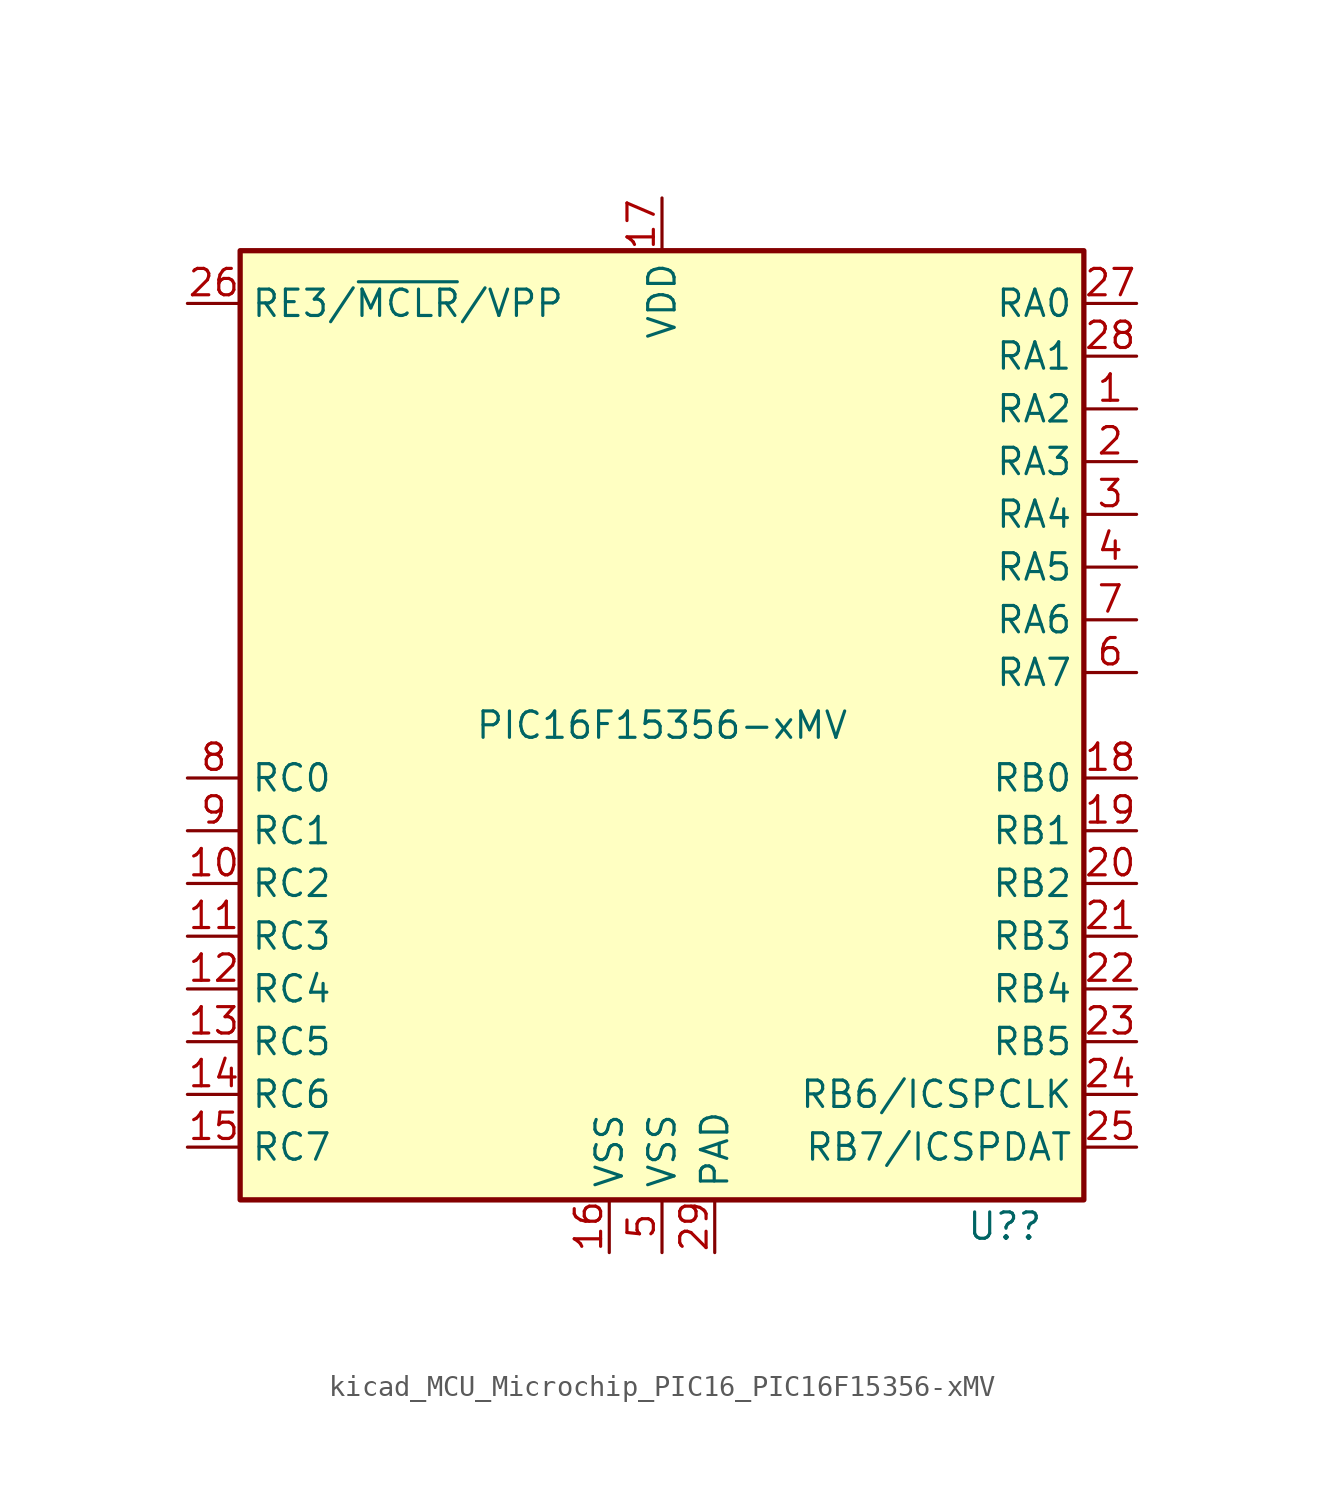
<source format=kicad_sym>
(kicad_symbol_lib
  (version 20220914)
  (generator kicad_symbol_editor)
  (symbol "kicad_MCU_Microchip_PIC16_PIC16F15356-xMV"
    (property "Reference" "U?"
      (at 16.51 -24.13 0)
      (effects (font (size 1.27 1.27))))
    (property "Value" "PIC16F15356-xMV"
      (at 0 0 0)
      (effects (font (size 1.27 1.27))))
    (symbol "kicad_MCU_Microchip_PIC16_PIC16F15356-xMV_0_0"
      (pin power_in line (at 2.54 -25.4 90) (length 2.54) (name "PAD" (effects (font (size 1.27 1.27)))) (number "29" (effects (font (size 1.27 1.27))))))
    (symbol "kicad_MCU_Microchip_PIC16_PIC16F15356-xMV_0_1"
      (rectangle (start -20.32 -22.86) (end 20.32 22.86) (stroke (width 0.254) (type default)) (fill (type background))))
    (symbol "kicad_MCU_Microchip_PIC16_PIC16F15356-xMV_1_1"
      (pin bidirectional line (at 22.86 15.24 180) (length 2.54) (name "RA2" (effects (font (size 1.27 1.27)))) (number "1" (effects (font (size 1.27 1.27)))))
      (pin bidirectional line (at -22.86 -7.62 0) (length 2.54) (name "RC2" (effects (font (size 1.27 1.27)))) (number "10" (effects (font (size 1.27 1.27)))))
      (pin bidirectional line (at -22.86 -10.16 0) (length 2.54) (name "RC3" (effects (font (size 1.27 1.27)))) (number "11" (effects (font (size 1.27 1.27)))))
      (pin bidirectional line (at -22.86 -12.7 0) (length 2.54) (name "RC4" (effects (font (size 1.27 1.27)))) (number "12" (effects (font (size 1.27 1.27)))))
      (pin bidirectional line (at -22.86 -15.24 0) (length 2.54) (name "RC5" (effects (font (size 1.27 1.27)))) (number "13" (effects (font (size 1.27 1.27)))))
      (pin bidirectional line (at -22.86 -17.78 0) (length 2.54) (name "RC6" (effects (font (size 1.27 1.27)))) (number "14" (effects (font (size 1.27 1.27)))))
      (pin bidirectional line (at -22.86 -20.32 0) (length 2.54) (name "RC7" (effects (font (size 1.27 1.27)))) (number "15" (effects (font (size 1.27 1.27)))))
      (pin power_in line (at -2.54 -25.4 90) (length 2.54) (name "VSS" (effects (font (size 1.27 1.27)))) (number "16" (effects (font (size 1.27 1.27)))))
      (pin power_in line (at 0 25.4 270) (length 2.54) (name "VDD" (effects (font (size 1.27 1.27)))) (number "17" (effects (font (size 1.27 1.27)))))
      (pin bidirectional line (at 22.86 -2.54 180) (length 2.54) (name "RB0" (effects (font (size 1.27 1.27)))) (number "18" (effects (font (size 1.27 1.27)))))
      (pin bidirectional line (at 22.86 -5.08 180) (length 2.54) (name "RB1" (effects (font (size 1.27 1.27)))) (number "19" (effects (font (size 1.27 1.27)))))
      (pin bidirectional line (at 22.86 12.7 180) (length 2.54) (name "RA3" (effects (font (size 1.27 1.27)))) (number "2" (effects (font (size 1.27 1.27)))))
      (pin bidirectional line (at 22.86 -7.62 180) (length 2.54) (name "RB2" (effects (font (size 1.27 1.27)))) (number "20" (effects (font (size 1.27 1.27)))))
      (pin bidirectional line (at 22.86 -10.16 180) (length 2.54) (name "RB3" (effects (font (size 1.27 1.27)))) (number "21" (effects (font (size 1.27 1.27)))))
      (pin bidirectional line (at 22.86 -12.7 180) (length 2.54) (name "RB4" (effects (font (size 1.27 1.27)))) (number "22" (effects (font (size 1.27 1.27)))))
      (pin bidirectional line (at 22.86 -15.24 180) (length 2.54) (name "RB5" (effects (font (size 1.27 1.27)))) (number "23" (effects (font (size 1.27 1.27)))))
      (pin bidirectional line (at 22.86 -17.78 180) (length 2.54) (name "RB6/ICSPCLK" (effects (font (size 1.27 1.27)))) (number "24" (effects (font (size 1.27 1.27)))))
      (pin bidirectional line (at 22.86 -20.32 180) (length 2.54) (name "RB7/ICSPDAT" (effects (font (size 1.27 1.27)))) (number "25" (effects (font (size 1.27 1.27)))))
      (pin bidirectional line (at -22.86 20.32 0) (length 2.54) (name "RE3/~{MCLR}/VPP" (effects (font (size 1.27 1.27)))) (number "26" (effects (font (size 1.27 1.27)))))
      (pin bidirectional line (at 22.86 20.32 180) (length 2.54) (name "RA0" (effects (font (size 1.27 1.27)))) (number "27" (effects (font (size 1.27 1.27)))))
      (pin bidirectional line (at 22.86 17.78 180) (length 2.54) (name "RA1" (effects (font (size 1.27 1.27)))) (number "28" (effects (font (size 1.27 1.27)))))
      (pin bidirectional line (at 22.86 10.16 180) (length 2.54) (name "RA4" (effects (font (size 1.27 1.27)))) (number "3" (effects (font (size 1.27 1.27)))))
      (pin bidirectional line (at 22.86 7.62 180) (length 2.54) (name "RA5" (effects (font (size 1.27 1.27)))) (number "4" (effects (font (size 1.27 1.27)))))
      (pin power_in line (at 0 -25.4 90) (length 2.54) (name "VSS" (effects (font (size 1.27 1.27)))) (number "5" (effects (font (size 1.27 1.27)))))
      (pin bidirectional line (at 22.86 2.54 180) (length 2.54) (name "RA7" (effects (font (size 1.27 1.27)))) (number "6" (effects (font (size 1.27 1.27)))))
      (pin bidirectional line (at 22.86 5.08 180) (length 2.54) (name "RA6" (effects (font (size 1.27 1.27)))) (number "7" (effects (font (size 1.27 1.27)))))
      (pin bidirectional line (at -22.86 -2.54 0) (length 2.54) (name "RC0" (effects (font (size 1.27 1.27)))) (number "8" (effects (font (size 1.27 1.27)))))
      (pin bidirectional line (at -22.86 -5.08 0) (length 2.54) (name "RC1" (effects (font (size 1.27 1.27)))) (number "9" (effects (font (size 1.27 1.27))))))))
</source>
